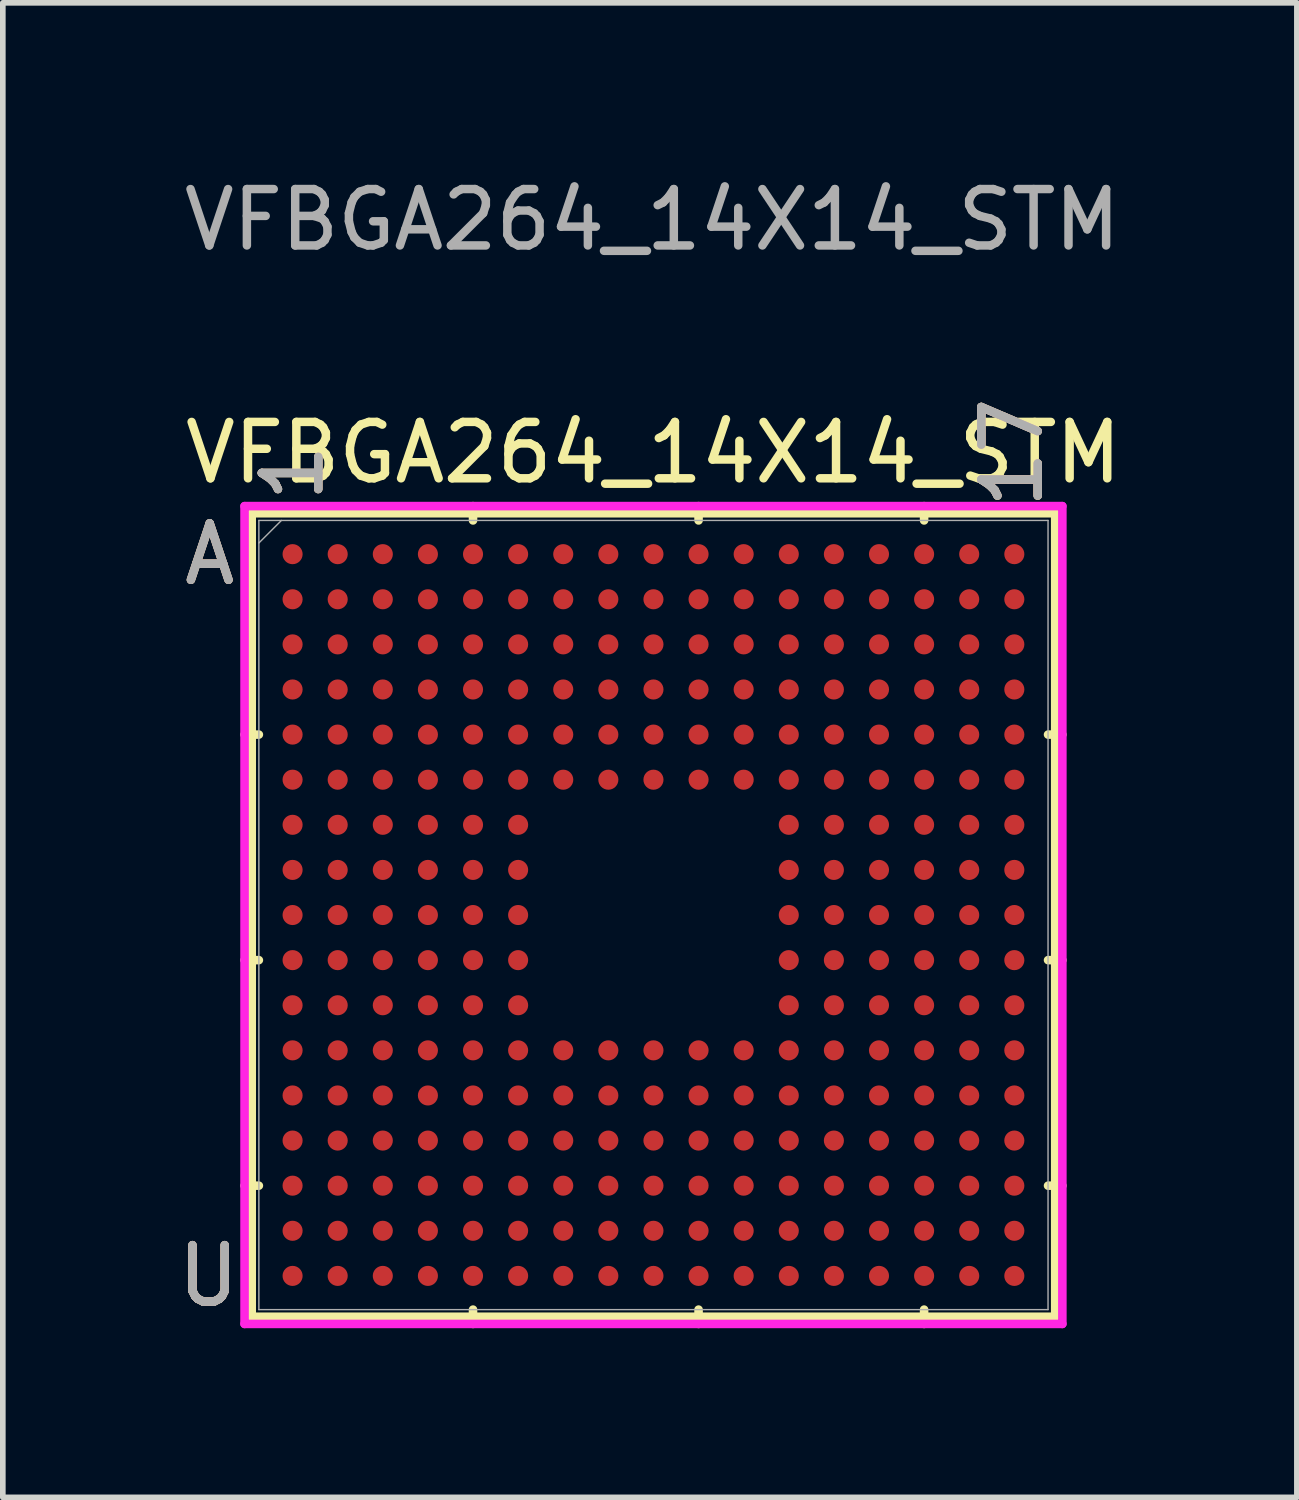
<source format=kicad_pcb>
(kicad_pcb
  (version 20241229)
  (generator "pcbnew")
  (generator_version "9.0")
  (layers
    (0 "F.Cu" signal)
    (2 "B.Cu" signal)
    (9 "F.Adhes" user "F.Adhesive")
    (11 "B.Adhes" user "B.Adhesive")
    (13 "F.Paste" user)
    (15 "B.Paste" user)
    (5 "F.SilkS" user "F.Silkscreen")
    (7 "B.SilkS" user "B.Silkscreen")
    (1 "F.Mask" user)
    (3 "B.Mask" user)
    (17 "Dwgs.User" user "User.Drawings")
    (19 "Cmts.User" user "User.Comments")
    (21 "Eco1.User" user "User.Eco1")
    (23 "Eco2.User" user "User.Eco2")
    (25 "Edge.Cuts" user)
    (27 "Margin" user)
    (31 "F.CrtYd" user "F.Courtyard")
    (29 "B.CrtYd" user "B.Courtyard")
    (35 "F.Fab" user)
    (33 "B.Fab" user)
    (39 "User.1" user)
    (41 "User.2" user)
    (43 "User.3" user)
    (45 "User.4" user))
  (footprint "VFBGA264_14X14_STM"
    (layer "F.Cu")
    (at 8.539 13.178)
    (property "Reference" "VFBGA264_14X14_STM" (at 0 -8.2 0) (unlocked yes) (layer "F.SilkS") (effects (font (size 1 1) (thickness 0.15))))
    (attr smd)
    (fp_line (start -7.125 -7.125) (end -7.125 7.125) (stroke (width 0.152) (type solid)) (layer "F.SilkS"))
    (fp_line (start -7.125 7.125) (end 7.125 7.125) (stroke (width 0.152) (type solid)) (layer "F.SilkS"))
    (fp_line (start -6.998 -3.2) (end -7.252 -3.2) (stroke (width 0.152) (type solid)) (layer "F.SilkS"))
    (fp_line (start -6.998 0.8) (end -7.252 0.8) (stroke (width 0.152) (type solid)) (layer "F.SilkS"))
    (fp_line (start -6.998 4.8) (end -7.252 4.8) (stroke (width 0.152) (type solid)) (layer "F.SilkS"))
    (fp_line (start -3.2 -6.998) (end -3.2 -7.252) (stroke (width 0.152) (type solid)) (layer "F.SilkS"))
    (fp_line (start -3.2 6.998) (end -3.2 7.252) (stroke (width 0.152) (type solid)) (layer "F.SilkS"))
    (fp_line (start 0.8 -6.998) (end 0.8 -7.252) (stroke (width 0.152) (type solid)) (layer "F.SilkS"))
    (fp_line (start 0.8 6.998) (end 0.8 7.252) (stroke (width 0.152) (type solid)) (layer "F.SilkS"))
    (fp_line (start 4.8 -6.998) (end 4.8 -7.252) (stroke (width 0.152) (type solid)) (layer "F.SilkS"))
    (fp_line (start 4.8 6.998) (end 4.8 7.252) (stroke (width 0.152) (type solid)) (layer "F.SilkS"))
    (fp_line (start 6.998 -3.2) (end 7.252 -3.2) (stroke (width 0.152) (type solid)) (layer "F.SilkS"))
    (fp_line (start 6.998 0.8) (end 7.252 0.8) (stroke (width 0.152) (type solid)) (layer "F.SilkS"))
    (fp_line (start 6.998 4.8) (end 7.252 4.8) (stroke (width 0.152) (type solid)) (layer "F.SilkS"))
    (fp_line (start 7.125 -7.125) (end -7.125 -7.125) (stroke (width 0.152) (type solid)) (layer "F.SilkS"))
    (fp_line (start 7.125 7.125) (end 7.125 -7.125) (stroke (width 0.152) (type solid)) (layer "F.SilkS"))
    (fp_line (start -7.252 -7.252) (end 7.252 -7.252) (stroke (width 0.152) (type solid)) (layer "F.CrtYd"))
    (fp_line (start -7.252 7.252) (end -7.252 -7.252) (stroke (width 0.152) (type solid)) (layer "F.CrtYd"))
    (fp_line (start 7.252 -7.252) (end 7.252 7.252) (stroke (width 0.152) (type solid)) (layer "F.CrtYd"))
    (fp_line (start 7.252 7.252) (end -7.252 7.252) (stroke (width 0.152) (type solid)) (layer "F.CrtYd"))
    (fp_line (start -6.998 -6.998) (end -6.998 6.998) (stroke (width 0.025) (type solid)) (layer "F.Fab"))
    (fp_line (start -6.998 6.998) (end 6.998 6.998) (stroke (width 0.025) (type solid)) (layer "F.Fab"))
    (fp_line (start -6.598 -6.998) (end -6.998 -6.598) (stroke (width 0.025) (type solid)) (layer "F.Fab"))
    (fp_line (start 6.998 -6.998) (end -6.998 -6.998) (stroke (width 0.025) (type solid)) (layer "F.Fab"))
    (fp_line (start 6.998 6.998) (end 6.998 -6.998) (stroke (width 0.025) (type solid)) (layer "F.Fab"))
    (fp_text user "U" (at -7.89 6.4 0) (unlocked yes) (layer "F.SilkS") (effects (font (size 1 1) (thickness 0.15))))
    (fp_text user "A" (at -7.87 -6.4 0) (unlocked yes) (layer "F.SilkS") (effects (font (size 1 1) (thickness 0.15))))
    (fp_text user "17" (at 6.36 -8.2 90) (unlocked yes) (layer "F.SilkS") (effects (font (size 1 1) (thickness 0.15))))
    (fp_text user "1" (at -6.4 -7.84 90) (unlocked yes) (layer "F.SilkS") (effects (font (size 1 1) (thickness 0.15))))
    (fp_text user "A" (at -7.87 -6.4 0) (unlocked yes) (layer "B.SilkS") (effects (font (size 1 1) (thickness 0.15))))
    (fp_text user "1" (at -6.4 -7.84 90) (unlocked yes) (layer "B.SilkS") (effects (font (size 1 1) (thickness 0.15))))
    (fp_text user "17" (at 6.36 -8.2 90) (unlocked yes) (layer "B.SilkS") (effects (font (size 1 1) (thickness 0.15))))
    (fp_text user "U" (at -7.89 6.4 0) (unlocked yes) (layer "B.SilkS") (effects (font (size 1 1) (thickness 0.15))))
    (fp_text user "1" (at -6.4 -7.84 90) (unlocked yes) (layer "F.Fab") (effects (font (size 1 1) (thickness 0.15))))
    (fp_text user "A" (at -7.87 -6.4 0) (unlocked yes) (layer "F.Fab") (effects (font (size 1 1) (thickness 0.15))))
    (fp_text user "${REFERENCE}" (at -0.02 -12.33 0) (unlocked yes) (layer "F.Fab") (effects (font (size 1 1) (thickness 0.15))))
    (fp_text user "U" (at -7.89 6.4 0) (unlocked yes) (layer "F.Fab") (effects (font (size 1 1) (thickness 0.15))))
    (fp_text user "17" (at 6.36 -8.2 90) (unlocked yes) (layer "F.Fab") (effects (font (size 1 1) (thickness 0.15))))
    (pad "A1" smd circle (at -6.4 -6.4) (size 0.356 0.356) (layers "F.Cu" "F.Mask" "F.Paste"))
    (pad "A2" smd circle (at -5.6 -6.4) (size 0.356 0.356) (layers "F.Cu" "F.Mask" "F.Paste"))
    (pad "A3" smd circle (at -4.8 -6.4) (size 0.356 0.356) (layers "F.Cu" "F.Mask" "F.Paste"))
    (pad "A4" smd circle (at -4 -6.4) (size 0.356 0.356) (layers "F.Cu" "F.Mask" "F.Paste"))
    (pad "A5" smd circle (at -3.2 -6.4) (size 0.356 0.356) (layers "F.Cu" "F.Mask" "F.Paste"))
    (pad "A6" smd circle (at -2.4 -6.4) (size 0.356 0.356) (layers "F.Cu" "F.Mask" "F.Paste"))
    (pad "A7" smd circle (at -1.6 -6.4) (size 0.356 0.356) (layers "F.Cu" "F.Mask" "F.Paste"))
    (pad "A8" smd circle (at -0.8 -6.4) (size 0.356 0.356) (layers "F.Cu" "F.Mask" "F.Paste"))
    (pad "A9" smd circle (at 0 -6.4) (size 0.356 0.356) (layers "F.Cu" "F.Mask" "F.Paste"))
    (pad "A10" smd circle (at 0.8 -6.4) (size 0.356 0.356) (layers "F.Cu" "F.Mask" "F.Paste"))
    (pad "A11" smd circle (at 1.6 -6.4) (size 0.356 0.356) (layers "F.Cu" "F.Mask" "F.Paste"))
    (pad "A12" smd circle (at 2.4 -6.4) (size 0.356 0.356) (layers "F.Cu" "F.Mask" "F.Paste"))
    (pad "A13" smd circle (at 3.2 -6.4) (size 0.356 0.356) (layers "F.Cu" "F.Mask" "F.Paste"))
    (pad "A14" smd circle (at 4 -6.4) (size 0.356 0.356) (layers "F.Cu" "F.Mask" "F.Paste"))
    (pad "A15" smd circle (at 4.8 -6.4) (size 0.356 0.356) (layers "F.Cu" "F.Mask" "F.Paste"))
    (pad "A16" smd circle (at 5.6 -6.4) (size 0.356 0.356) (layers "F.Cu" "F.Mask" "F.Paste"))
    (pad "A17" smd circle (at 6.4 -6.4) (size 0.356 0.356) (layers "F.Cu" "F.Mask" "F.Paste"))
    (pad "B1" smd circle (at -6.4 -5.6) (size 0.356 0.356) (layers "F.Cu" "F.Mask" "F.Paste"))
    (pad "B2" smd circle (at -5.6 -5.6) (size 0.356 0.356) (layers "F.Cu" "F.Mask" "F.Paste"))
    (pad "B3" smd circle (at -4.8 -5.6) (size 0.356 0.356) (layers "F.Cu" "F.Mask" "F.Paste"))
    (pad "B4" smd circle (at -4 -5.6) (size 0.356 0.356) (layers "F.Cu" "F.Mask" "F.Paste"))
    (pad "B5" smd circle (at -3.2 -5.6) (size 0.356 0.356) (layers "F.Cu" "F.Mask" "F.Paste"))
    (pad "B6" smd circle (at -2.4 -5.6) (size 0.356 0.356) (layers "F.Cu" "F.Mask" "F.Paste"))
    (pad "B7" smd circle (at -1.6 -5.6) (size 0.356 0.356) (layers "F.Cu" "F.Mask" "F.Paste"))
    (pad "B8" smd circle (at -0.8 -5.6) (size 0.356 0.356) (layers "F.Cu" "F.Mask" "F.Paste"))
    (pad "B9" smd circle (at 0 -5.6) (size 0.356 0.356) (layers "F.Cu" "F.Mask" "F.Paste"))
    (pad "B10" smd circle (at 0.8 -5.6) (size 0.356 0.356) (layers "F.Cu" "F.Mask" "F.Paste"))
    (pad "B11" smd circle (at 1.6 -5.6) (size 0.356 0.356) (layers "F.Cu" "F.Mask" "F.Paste"))
    (pad "B12" smd circle (at 2.4 -5.6) (size 0.356 0.356) (layers "F.Cu" "F.Mask" "F.Paste"))
    (pad "B13" smd circle (at 3.2 -5.6) (size 0.356 0.356) (layers "F.Cu" "F.Mask" "F.Paste"))
    (pad "B14" smd circle (at 4 -5.6) (size 0.356 0.356) (layers "F.Cu" "F.Mask" "F.Paste"))
    (pad "B15" smd circle (at 4.8 -5.6) (size 0.356 0.356) (layers "F.Cu" "F.Mask" "F.Paste"))
    (pad "B16" smd circle (at 5.6 -5.6) (size 0.356 0.356) (layers "F.Cu" "F.Mask" "F.Paste"))
    (pad "B17" smd circle (at 6.4 -5.6) (size 0.356 0.356) (layers "F.Cu" "F.Mask" "F.Paste"))
    (pad "C1" smd circle (at -6.4 -4.8) (size 0.356 0.356) (layers "F.Cu" "F.Mask" "F.Paste"))
    (pad "C2" smd circle (at -5.6 -4.8) (size 0.356 0.356) (layers "F.Cu" "F.Mask" "F.Paste"))
    (pad "C3" smd circle (at -4.8 -4.8) (size 0.356 0.356) (layers "F.Cu" "F.Mask" "F.Paste"))
    (pad "C4" smd circle (at -4 -4.8) (size 0.356 0.356) (layers "F.Cu" "F.Mask" "F.Paste"))
    (pad "C5" smd circle (at -3.2 -4.8) (size 0.356 0.356) (layers "F.Cu" "F.Mask" "F.Paste"))
    (pad "C6" smd circle (at -2.4 -4.8) (size 0.356 0.356) (layers "F.Cu" "F.Mask" "F.Paste"))
    (pad "C7" smd circle (at -1.6 -4.8) (size 0.356 0.356) (layers "F.Cu" "F.Mask" "F.Paste"))
    (pad "C8" smd circle (at -0.8 -4.8) (size 0.356 0.356) (layers "F.Cu" "F.Mask" "F.Paste"))
    (pad "C9" smd circle (at 0 -4.8) (size 0.356 0.356) (layers "F.Cu" "F.Mask" "F.Paste"))
    (pad "C10" smd circle (at 0.8 -4.8) (size 0.356 0.356) (layers "F.Cu" "F.Mask" "F.Paste"))
    (pad "C11" smd circle (at 1.6 -4.8) (size 0.356 0.356) (layers "F.Cu" "F.Mask" "F.Paste"))
    (pad "C12" smd circle (at 2.4 -4.8) (size 0.356 0.356) (layers "F.Cu" "F.Mask" "F.Paste"))
    (pad "C13" smd circle (at 3.2 -4.8) (size 0.356 0.356) (layers "F.Cu" "F.Mask" "F.Paste"))
    (pad "C14" smd circle (at 4 -4.8) (size 0.356 0.356) (layers "F.Cu" "F.Mask" "F.Paste"))
    (pad "C15" smd circle (at 4.8 -4.8) (size 0.356 0.356) (layers "F.Cu" "F.Mask" "F.Paste"))
    (pad "C16" smd circle (at 5.6 -4.8) (size 0.356 0.356) (layers "F.Cu" "F.Mask" "F.Paste"))
    (pad "C17" smd circle (at 6.4 -4.8) (size 0.356 0.356) (layers "F.Cu" "F.Mask" "F.Paste"))
    (pad "D1" smd circle (at -6.4 -4) (size 0.356 0.356) (layers "F.Cu" "F.Mask" "F.Paste"))
    (pad "D2" smd circle (at -5.6 -4) (size 0.356 0.356) (layers "F.Cu" "F.Mask" "F.Paste"))
    (pad "D3" smd circle (at -4.8 -4) (size 0.356 0.356) (layers "F.Cu" "F.Mask" "F.Paste"))
    (pad "D4" smd circle (at -4 -4) (size 0.356 0.356) (layers "F.Cu" "F.Mask" "F.Paste"))
    (pad "D5" smd circle (at -3.2 -4) (size 0.356 0.356) (layers "F.Cu" "F.Mask" "F.Paste"))
    (pad "D6" smd circle (at -2.4 -4) (size 0.356 0.356) (layers "F.Cu" "F.Mask" "F.Paste"))
    (pad "D7" smd circle (at -1.6 -4) (size 0.356 0.356) (layers "F.Cu" "F.Mask" "F.Paste"))
    (pad "D8" smd circle (at -0.8 -4) (size 0.356 0.356) (layers "F.Cu" "F.Mask" "F.Paste"))
    (pad "D9" smd circle (at 0 -4) (size 0.356 0.356) (layers "F.Cu" "F.Mask" "F.Paste"))
    (pad "D10" smd circle (at 0.8 -4) (size 0.356 0.356) (layers "F.Cu" "F.Mask" "F.Paste"))
    (pad "D11" smd circle (at 1.6 -4) (size 0.356 0.356) (layers "F.Cu" "F.Mask" "F.Paste"))
    (pad "D12" smd circle (at 2.4 -4) (size 0.356 0.356) (layers "F.Cu" "F.Mask" "F.Paste"))
    (pad "D13" smd circle (at 3.2 -4) (size 0.356 0.356) (layers "F.Cu" "F.Mask" "F.Paste"))
    (pad "D14" smd circle (at 4 -4) (size 0.356 0.356) (layers "F.Cu" "F.Mask" "F.Paste"))
    (pad "D15" smd circle (at 4.8 -4) (size 0.356 0.356) (layers "F.Cu" "F.Mask" "F.Paste"))
    (pad "D16" smd circle (at 5.6 -4) (size 0.356 0.356) (layers "F.Cu" "F.Mask" "F.Paste"))
    (pad "D17" smd circle (at 6.4 -4) (size 0.356 0.356) (layers "F.Cu" "F.Mask" "F.Paste"))
    (pad "E1" smd circle (at -6.4 -3.2) (size 0.356 0.356) (layers "F.Cu" "F.Mask" "F.Paste"))
    (pad "E2" smd circle (at -5.6 -3.2) (size 0.356 0.356) (layers "F.Cu" "F.Mask" "F.Paste"))
    (pad "E3" smd circle (at -4.8 -3.2) (size 0.356 0.356) (layers "F.Cu" "F.Mask" "F.Paste"))
    (pad "E4" smd circle (at -4 -3.2) (size 0.356 0.356) (layers "F.Cu" "F.Mask" "F.Paste"))
    (pad "E5" smd circle (at -3.2 -3.2) (size 0.356 0.356) (layers "F.Cu" "F.Mask" "F.Paste"))
    (pad "E6" smd circle (at -2.4 -3.2) (size 0.356 0.356) (layers "F.Cu" "F.Mask" "F.Paste"))
    (pad "E7" smd circle (at -1.6 -3.2) (size 0.356 0.356) (layers "F.Cu" "F.Mask" "F.Paste"))
    (pad "E8" smd circle (at -0.8 -3.2) (size 0.356 0.356) (layers "F.Cu" "F.Mask" "F.Paste"))
    (pad "E9" smd circle (at 0 -3.2) (size 0.356 0.356) (layers "F.Cu" "F.Mask" "F.Paste"))
    (pad "E10" smd circle (at 0.8 -3.2) (size 0.356 0.356) (layers "F.Cu" "F.Mask" "F.Paste"))
    (pad "E11" smd circle (at 1.6 -3.2) (size 0.356 0.356) (layers "F.Cu" "F.Mask" "F.Paste"))
    (pad "E12" smd circle (at 2.4 -3.2) (size 0.356 0.356) (layers "F.Cu" "F.Mask" "F.Paste"))
    (pad "E13" smd circle (at 3.2 -3.2) (size 0.356 0.356) (layers "F.Cu" "F.Mask" "F.Paste"))
    (pad "E14" smd circle (at 4 -3.2) (size 0.356 0.356) (layers "F.Cu" "F.Mask" "F.Paste"))
    (pad "E15" smd circle (at 4.8 -3.2) (size 0.356 0.356) (layers "F.Cu" "F.Mask" "F.Paste"))
    (pad "E16" smd circle (at 5.6 -3.2) (size 0.356 0.356) (layers "F.Cu" "F.Mask" "F.Paste"))
    (pad "E17" smd circle (at 6.4 -3.2) (size 0.356 0.356) (layers "F.Cu" "F.Mask" "F.Paste"))
    (pad "F1" smd circle (at -6.4 -2.4) (size 0.356 0.356) (layers "F.Cu" "F.Mask" "F.Paste"))
    (pad "F2" smd circle (at -5.6 -2.4) (size 0.356 0.356) (layers "F.Cu" "F.Mask" "F.Paste"))
    (pad "F3" smd circle (at -4.8 -2.4) (size 0.356 0.356) (layers "F.Cu" "F.Mask" "F.Paste"))
    (pad "F4" smd circle (at -4 -2.4) (size 0.356 0.356) (layers "F.Cu" "F.Mask" "F.Paste"))
    (pad "F5" smd circle (at -3.2 -2.4) (size 0.356 0.356) (layers "F.Cu" "F.Mask" "F.Paste"))
    (pad "F6" smd circle (at -2.4 -2.4) (size 0.356 0.356) (layers "F.Cu" "F.Mask" "F.Paste"))
    (pad "F7" smd circle (at -1.6 -2.4) (size 0.356 0.356) (layers "F.Cu" "F.Mask" "F.Paste"))
    (pad "F8" smd circle (at -0.8 -2.4) (size 0.356 0.356) (layers "F.Cu" "F.Mask" "F.Paste"))
    (pad "F9" smd circle (at 0 -2.4) (size 0.356 0.356) (layers "F.Cu" "F.Mask" "F.Paste"))
    (pad "F10" smd circle (at 0.8 -2.4) (size 0.356 0.356) (layers "F.Cu" "F.Mask" "F.Paste"))
    (pad "F11" smd circle (at 1.6 -2.4) (size 0.356 0.356) (layers "F.Cu" "F.Mask" "F.Paste"))
    (pad "F12" smd circle (at 2.4 -2.4) (size 0.356 0.356) (layers "F.Cu" "F.Mask" "F.Paste"))
    (pad "F13" smd circle (at 3.2 -2.4) (size 0.356 0.356) (layers "F.Cu" "F.Mask" "F.Paste"))
    (pad "F14" smd circle (at 4 -2.4) (size 0.356 0.356) (layers "F.Cu" "F.Mask" "F.Paste"))
    (pad "F15" smd circle (at 4.8 -2.4) (size 0.356 0.356) (layers "F.Cu" "F.Mask" "F.Paste"))
    (pad "F16" smd circle (at 5.6 -2.4) (size 0.356 0.356) (layers "F.Cu" "F.Mask" "F.Paste"))
    (pad "F17" smd circle (at 6.4 -2.4) (size 0.356 0.356) (layers "F.Cu" "F.Mask" "F.Paste"))
    (pad "G1" smd circle (at -6.4 -1.6) (size 0.356 0.356) (layers "F.Cu" "F.Mask" "F.Paste"))
    (pad "G2" smd circle (at -5.6 -1.6) (size 0.356 0.356) (layers "F.Cu" "F.Mask" "F.Paste"))
    (pad "G3" smd circle (at -4.8 -1.6) (size 0.356 0.356) (layers "F.Cu" "F.Mask" "F.Paste"))
    (pad "G4" smd circle (at -4 -1.6) (size 0.356 0.356) (layers "F.Cu" "F.Mask" "F.Paste"))
    (pad "G5" smd circle (at -3.2 -1.6) (size 0.356 0.356) (layers "F.Cu" "F.Mask" "F.Paste"))
    (pad "G6" smd circle (at -2.4 -1.6) (size 0.356 0.356) (layers "F.Cu" "F.Mask" "F.Paste"))
    (pad "G12" smd circle (at 2.4 -1.6) (size 0.356 0.356) (layers "F.Cu" "F.Mask" "F.Paste"))
    (pad "G13" smd circle (at 3.2 -1.6) (size 0.356 0.356) (layers "F.Cu" "F.Mask" "F.Paste"))
    (pad "G14" smd circle (at 4 -1.6) (size 0.356 0.356) (layers "F.Cu" "F.Mask" "F.Paste"))
    (pad "G15" smd circle (at 4.8 -1.6) (size 0.356 0.356) (layers "F.Cu" "F.Mask" "F.Paste"))
    (pad "G16" smd circle (at 5.6 -1.6) (size 0.356 0.356) (layers "F.Cu" "F.Mask" "F.Paste"))
    (pad "G17" smd circle (at 6.4 -1.6) (size 0.356 0.356) (layers "F.Cu" "F.Mask" "F.Paste"))
    (pad "H1" smd circle (at -6.4 -0.8) (size 0.356 0.356) (layers "F.Cu" "F.Mask" "F.Paste"))
    (pad "H2" smd circle (at -5.6 -0.8) (size 0.356 0.356) (layers "F.Cu" "F.Mask" "F.Paste"))
    (pad "H3" smd circle (at -4.8 -0.8) (size 0.356 0.356) (layers "F.Cu" "F.Mask" "F.Paste"))
    (pad "H4" smd circle (at -4 -0.8) (size 0.356 0.356) (layers "F.Cu" "F.Mask" "F.Paste"))
    (pad "H5" smd circle (at -3.2 -0.8) (size 0.356 0.356) (layers "F.Cu" "F.Mask" "F.Paste"))
    (pad "H6" smd circle (at -2.4 -0.8) (size 0.356 0.356) (layers "F.Cu" "F.Mask" "F.Paste"))
    (pad "H12" smd circle (at 2.4 -0.8) (size 0.356 0.356) (layers "F.Cu" "F.Mask" "F.Paste"))
    (pad "H13" smd circle (at 3.2 -0.8) (size 0.356 0.356) (layers "F.Cu" "F.Mask" "F.Paste"))
    (pad "H14" smd circle (at 4 -0.8) (size 0.356 0.356) (layers "F.Cu" "F.Mask" "F.Paste"))
    (pad "H15" smd circle (at 4.8 -0.8) (size 0.356 0.356) (layers "F.Cu" "F.Mask" "F.Paste"))
    (pad "H16" smd circle (at 5.6 -0.8) (size 0.356 0.356) (layers "F.Cu" "F.Mask" "F.Paste"))
    (pad "H17" smd circle (at 6.4 -0.8) (size 0.356 0.356) (layers "F.Cu" "F.Mask" "F.Paste"))
    (pad "J1" smd circle (at -6.4 0) (size 0.356 0.356) (layers "F.Cu" "F.Mask" "F.Paste"))
    (pad "J2" smd circle (at -5.6 0) (size 0.356 0.356) (layers "F.Cu" "F.Mask" "F.Paste"))
    (pad "J3" smd circle (at -4.8 0) (size 0.356 0.356) (layers "F.Cu" "F.Mask" "F.Paste"))
    (pad "J4" smd circle (at -4 0) (size 0.356 0.356) (layers "F.Cu" "F.Mask" "F.Paste"))
    (pad "J5" smd circle (at -3.2 0) (size 0.356 0.356) (layers "F.Cu" "F.Mask" "F.Paste"))
    (pad "J6" smd circle (at -2.4 0) (size 0.356 0.356) (layers "F.Cu" "F.Mask" "F.Paste"))
    (pad "J12" smd circle (at 2.4 0) (size 0.356 0.356) (layers "F.Cu" "F.Mask" "F.Paste"))
    (pad "J13" smd circle (at 3.2 0) (size 0.356 0.356) (layers "F.Cu" "F.Mask" "F.Paste"))
    (pad "J14" smd circle (at 4 0) (size 0.356 0.356) (layers "F.Cu" "F.Mask" "F.Paste"))
    (pad "J15" smd circle (at 4.8 0) (size 0.356 0.356) (layers "F.Cu" "F.Mask" "F.Paste"))
    (pad "J16" smd circle (at 5.6 0) (size 0.356 0.356) (layers "F.Cu" "F.Mask" "F.Paste"))
    (pad "J17" smd circle (at 6.4 0) (size 0.356 0.356) (layers "F.Cu" "F.Mask" "F.Paste"))
    (pad "K1" smd circle (at -6.4 0.8) (size 0.356 0.356) (layers "F.Cu" "F.Mask" "F.Paste"))
    (pad "K2" smd circle (at -5.6 0.8) (size 0.356 0.356) (layers "F.Cu" "F.Mask" "F.Paste"))
    (pad "K3" smd circle (at -4.8 0.8) (size 0.356 0.356) (layers "F.Cu" "F.Mask" "F.Paste"))
    (pad "K4" smd circle (at -4 0.8) (size 0.356 0.356) (layers "F.Cu" "F.Mask" "F.Paste"))
    (pad "K5" smd circle (at -3.2 0.8) (size 0.356 0.356) (layers "F.Cu" "F.Mask" "F.Paste"))
    (pad "K6" smd circle (at -2.4 0.8) (size 0.356 0.356) (layers "F.Cu" "F.Mask" "F.Paste"))
    (pad "K12" smd circle (at 2.4 0.8) (size 0.356 0.356) (layers "F.Cu" "F.Mask" "F.Paste"))
    (pad "K13" smd circle (at 3.2 0.8) (size 0.356 0.356) (layers "F.Cu" "F.Mask" "F.Paste"))
    (pad "K14" smd circle (at 4 0.8) (size 0.356 0.356) (layers "F.Cu" "F.Mask" "F.Paste"))
    (pad "K15" smd circle (at 4.8 0.8) (size 0.356 0.356) (layers "F.Cu" "F.Mask" "F.Paste"))
    (pad "K16" smd circle (at 5.6 0.8) (size 0.356 0.356) (layers "F.Cu" "F.Mask" "F.Paste"))
    (pad "K17" smd circle (at 6.4 0.8) (size 0.356 0.356) (layers "F.Cu" "F.Mask" "F.Paste"))
    (pad "L1" smd circle (at -6.4 1.6) (size 0.356 0.356) (layers "F.Cu" "F.Mask" "F.Paste"))
    (pad "L2" smd circle (at -5.6 1.6) (size 0.356 0.356) (layers "F.Cu" "F.Mask" "F.Paste"))
    (pad "L3" smd circle (at -4.8 1.6) (size 0.356 0.356) (layers "F.Cu" "F.Mask" "F.Paste"))
    (pad "L4" smd circle (at -4 1.6) (size 0.356 0.356) (layers "F.Cu" "F.Mask" "F.Paste"))
    (pad "L5" smd circle (at -3.2 1.6) (size 0.356 0.356) (layers "F.Cu" "F.Mask" "F.Paste"))
    (pad "L6" smd circle (at -2.4 1.6) (size 0.356 0.356) (layers "F.Cu" "F.Mask" "F.Paste"))
    (pad "L12" smd circle (at 2.4 1.6) (size 0.356 0.356) (layers "F.Cu" "F.Mask" "F.Paste"))
    (pad "L13" smd circle (at 3.2 1.6) (size 0.356 0.356) (layers "F.Cu" "F.Mask" "F.Paste"))
    (pad "L14" smd circle (at 4 1.6) (size 0.356 0.356) (layers "F.Cu" "F.Mask" "F.Paste"))
    (pad "L15" smd circle (at 4.8 1.6) (size 0.356 0.356) (layers "F.Cu" "F.Mask" "F.Paste"))
    (pad "L16" smd circle (at 5.6 1.6) (size 0.356 0.356) (layers "F.Cu" "F.Mask" "F.Paste"))
    (pad "L17" smd circle (at 6.4 1.6) (size 0.356 0.356) (layers "F.Cu" "F.Mask" "F.Paste"))
    (pad "M1" smd circle (at -6.4 2.4) (size 0.356 0.356) (layers "F.Cu" "F.Mask" "F.Paste"))
    (pad "M2" smd circle (at -5.6 2.4) (size 0.356 0.356) (layers "F.Cu" "F.Mask" "F.Paste"))
    (pad "M3" smd circle (at -4.8 2.4) (size 0.356 0.356) (layers "F.Cu" "F.Mask" "F.Paste"))
    (pad "M4" smd circle (at -4 2.4) (size 0.356 0.356) (layers "F.Cu" "F.Mask" "F.Paste"))
    (pad "M5" smd circle (at -3.2 2.4) (size 0.356 0.356) (layers "F.Cu" "F.Mask" "F.Paste"))
    (pad "M6" smd circle (at -2.4 2.4) (size 0.356 0.356) (layers "F.Cu" "F.Mask" "F.Paste"))
    (pad "M7" smd circle (at -1.6 2.4) (size 0.356 0.356) (layers "F.Cu" "F.Mask" "F.Paste"))
    (pad "M8" smd circle (at -0.8 2.4) (size 0.356 0.356) (layers "F.Cu" "F.Mask" "F.Paste"))
    (pad "M9" smd circle (at 0 2.4) (size 0.356 0.356) (layers "F.Cu" "F.Mask" "F.Paste"))
    (pad "M10" smd circle (at 0.8 2.4) (size 0.356 0.356) (layers "F.Cu" "F.Mask" "F.Paste"))
    (pad "M11" smd circle (at 1.6 2.4) (size 0.356 0.356) (layers "F.Cu" "F.Mask" "F.Paste"))
    (pad "M12" smd circle (at 2.4 2.4) (size 0.356 0.356) (layers "F.Cu" "F.Mask" "F.Paste"))
    (pad "M13" smd circle (at 3.2 2.4) (size 0.356 0.356) (layers "F.Cu" "F.Mask" "F.Paste"))
    (pad "M14" smd circle (at 4 2.4) (size 0.356 0.356) (layers "F.Cu" "F.Mask" "F.Paste"))
    (pad "M15" smd circle (at 4.8 2.4) (size 0.356 0.356) (layers "F.Cu" "F.Mask" "F.Paste"))
    (pad "M16" smd circle (at 5.6 2.4) (size 0.356 0.356) (layers "F.Cu" "F.Mask" "F.Paste"))
    (pad "M17" smd circle (at 6.4 2.4) (size 0.356 0.356) (layers "F.Cu" "F.Mask" "F.Paste"))
    (pad "N1" smd circle (at -6.4 3.2) (size 0.356 0.356) (layers "F.Cu" "F.Mask" "F.Paste"))
    (pad "N2" smd circle (at -5.6 3.2) (size 0.356 0.356) (layers "F.Cu" "F.Mask" "F.Paste"))
    (pad "N3" smd circle (at -4.8 3.2) (size 0.356 0.356) (layers "F.Cu" "F.Mask" "F.Paste"))
    (pad "N4" smd circle (at -4 3.2) (size 0.356 0.356) (layers "F.Cu" "F.Mask" "F.Paste"))
    (pad "N5" smd circle (at -3.2 3.2) (size 0.356 0.356) (layers "F.Cu" "F.Mask" "F.Paste"))
    (pad "N6" smd circle (at -2.4 3.2) (size 0.356 0.356) (layers "F.Cu" "F.Mask" "F.Paste"))
    (pad "N7" smd circle (at -1.6 3.2) (size 0.356 0.356) (layers "F.Cu" "F.Mask" "F.Paste"))
    (pad "N8" smd circle (at -0.8 3.2) (size 0.356 0.356) (layers "F.Cu" "F.Mask" "F.Paste"))
    (pad "N9" smd circle (at 0 3.2) (size 0.356 0.356) (layers "F.Cu" "F.Mask" "F.Paste"))
    (pad "N10" smd circle (at 0.8 3.2) (size 0.356 0.356) (layers "F.Cu" "F.Mask" "F.Paste"))
    (pad "N11" smd circle (at 1.6 3.2) (size 0.356 0.356) (layers "F.Cu" "F.Mask" "F.Paste"))
    (pad "N12" smd circle (at 2.4 3.2) (size 0.356 0.356) (layers "F.Cu" "F.Mask" "F.Paste"))
    (pad "N13" smd circle (at 3.2 3.2) (size 0.356 0.356) (layers "F.Cu" "F.Mask" "F.Paste"))
    (pad "N14" smd circle (at 4 3.2) (size 0.356 0.356) (layers "F.Cu" "F.Mask" "F.Paste"))
    (pad "N15" smd circle (at 4.8 3.2) (size 0.356 0.356) (layers "F.Cu" "F.Mask" "F.Paste"))
    (pad "N16" smd circle (at 5.6 3.2) (size 0.356 0.356) (layers "F.Cu" "F.Mask" "F.Paste"))
    (pad "N17" smd circle (at 6.4 3.2) (size 0.356 0.356) (layers "F.Cu" "F.Mask" "F.Paste"))
    (pad "P1" smd circle (at -6.4 4) (size 0.356 0.356) (layers "F.Cu" "F.Mask" "F.Paste"))
    (pad "P2" smd circle (at -5.6 4) (size 0.356 0.356) (layers "F.Cu" "F.Mask" "F.Paste"))
    (pad "P3" smd circle (at -4.8 4) (size 0.356 0.356) (layers "F.Cu" "F.Mask" "F.Paste"))
    (pad "P4" smd circle (at -4 4) (size 0.356 0.356) (layers "F.Cu" "F.Mask" "F.Paste"))
    (pad "P5" smd circle (at -3.2 4) (size 0.356 0.356) (layers "F.Cu" "F.Mask" "F.Paste"))
    (pad "P6" smd circle (at -2.4 4) (size 0.356 0.356) (layers "F.Cu" "F.Mask" "F.Paste"))
    (pad "P7" smd circle (at -1.6 4) (size 0.356 0.356) (layers "F.Cu" "F.Mask" "F.Paste"))
    (pad "P8" smd circle (at -0.8 4) (size 0.356 0.356) (layers "F.Cu" "F.Mask" "F.Paste"))
    (pad "P9" smd circle (at 0 4) (size 0.356 0.356) (layers "F.Cu" "F.Mask" "F.Paste"))
    (pad "P10" smd circle (at 0.8 4) (size 0.356 0.356) (layers "F.Cu" "F.Mask" "F.Paste"))
    (pad "P11" smd circle (at 1.6 4) (size 0.356 0.356) (layers "F.Cu" "F.Mask" "F.Paste"))
    (pad "P12" smd circle (at 2.4 4) (size 0.356 0.356) (layers "F.Cu" "F.Mask" "F.Paste"))
    (pad "P13" smd circle (at 3.2 4) (size 0.356 0.356) (layers "F.Cu" "F.Mask" "F.Paste"))
    (pad "P14" smd circle (at 4 4) (size 0.356 0.356) (layers "F.Cu" "F.Mask" "F.Paste"))
    (pad "P15" smd circle (at 4.8 4) (size 0.356 0.356) (layers "F.Cu" "F.Mask" "F.Paste"))
    (pad "P16" smd circle (at 5.6 4) (size 0.356 0.356) (layers "F.Cu" "F.Mask" "F.Paste"))
    (pad "P17" smd circle (at 6.4 4) (size 0.356 0.356) (layers "F.Cu" "F.Mask" "F.Paste"))
    (pad "R1" smd circle (at -6.4 4.8) (size 0.356 0.356) (layers "F.Cu" "F.Mask" "F.Paste"))
    (pad "R2" smd circle (at -5.6 4.8) (size 0.356 0.356) (layers "F.Cu" "F.Mask" "F.Paste"))
    (pad "R3" smd circle (at -4.8 4.8) (size 0.356 0.356) (layers "F.Cu" "F.Mask" "F.Paste"))
    (pad "R4" smd circle (at -4 4.8) (size 0.356 0.356) (layers "F.Cu" "F.Mask" "F.Paste"))
    (pad "R5" smd circle (at -3.2 4.8) (size 0.356 0.356) (layers "F.Cu" "F.Mask" "F.Paste"))
    (pad "R6" smd circle (at -2.4 4.8) (size 0.356 0.356) (layers "F.Cu" "F.Mask" "F.Paste"))
    (pad "R7" smd circle (at -1.6 4.8) (size 0.356 0.356) (layers "F.Cu" "F.Mask" "F.Paste"))
    (pad "R8" smd circle (at -0.8 4.8) (size 0.356 0.356) (layers "F.Cu" "F.Mask" "F.Paste"))
    (pad "R9" smd circle (at 0 4.8) (size 0.356 0.356) (layers "F.Cu" "F.Mask" "F.Paste"))
    (pad "R10" smd circle (at 0.8 4.8) (size 0.356 0.356) (layers "F.Cu" "F.Mask" "F.Paste"))
    (pad "R11" smd circle (at 1.6 4.8) (size 0.356 0.356) (layers "F.Cu" "F.Mask" "F.Paste"))
    (pad "R12" smd circle (at 2.4 4.8) (size 0.356 0.356) (layers "F.Cu" "F.Mask" "F.Paste"))
    (pad "R13" smd circle (at 3.2 4.8) (size 0.356 0.356) (layers "F.Cu" "F.Mask" "F.Paste"))
    (pad "R14" smd circle (at 4 4.8) (size 0.356 0.356) (layers "F.Cu" "F.Mask" "F.Paste"))
    (pad "R15" smd circle (at 4.8 4.8) (size 0.356 0.356) (layers "F.Cu" "F.Mask" "F.Paste"))
    (pad "R16" smd circle (at 5.6 4.8) (size 0.356 0.356) (layers "F.Cu" "F.Mask" "F.Paste"))
    (pad "R17" smd circle (at 6.4 4.8) (size 0.356 0.356) (layers "F.Cu" "F.Mask" "F.Paste"))
    (pad "T1" smd circle (at -6.4 5.6) (size 0.356 0.356) (layers "F.Cu" "F.Mask" "F.Paste"))
    (pad "T2" smd circle (at -5.6 5.6) (size 0.356 0.356) (layers "F.Cu" "F.Mask" "F.Paste"))
    (pad "T3" smd circle (at -4.8 5.6) (size 0.356 0.356) (layers "F.Cu" "F.Mask" "F.Paste"))
    (pad "T4" smd circle (at -4 5.6) (size 0.356 0.356) (layers "F.Cu" "F.Mask" "F.Paste"))
    (pad "T5" smd circle (at -3.2 5.6) (size 0.356 0.356) (layers "F.Cu" "F.Mask" "F.Paste"))
    (pad "T6" smd circle (at -2.4 5.6) (size 0.356 0.356) (layers "F.Cu" "F.Mask" "F.Paste"))
    (pad "T7" smd circle (at -1.6 5.6) (size 0.356 0.356) (layers "F.Cu" "F.Mask" "F.Paste"))
    (pad "T8" smd circle (at -0.8 5.6) (size 0.356 0.356) (layers "F.Cu" "F.Mask" "F.Paste"))
    (pad "T9" smd circle (at 0 5.6) (size 0.356 0.356) (layers "F.Cu" "F.Mask" "F.Paste"))
    (pad "T10" smd circle (at 0.8 5.6) (size 0.356 0.356) (layers "F.Cu" "F.Mask" "F.Paste"))
    (pad "T11" smd circle (at 1.6 5.6) (size 0.356 0.356) (layers "F.Cu" "F.Mask" "F.Paste"))
    (pad "T12" smd circle (at 2.4 5.6) (size 0.356 0.356) (layers "F.Cu" "F.Mask" "F.Paste"))
    (pad "T13" smd circle (at 3.2 5.6) (size 0.356 0.356) (layers "F.Cu" "F.Mask" "F.Paste"))
    (pad "T14" smd circle (at 4 5.6) (size 0.356 0.356) (layers "F.Cu" "F.Mask" "F.Paste"))
    (pad "T15" smd circle (at 4.8 5.6) (size 0.356 0.356) (layers "F.Cu" "F.Mask" "F.Paste"))
    (pad "T16" smd circle (at 5.6 5.6) (size 0.356 0.356) (layers "F.Cu" "F.Mask" "F.Paste"))
    (pad "T17" smd circle (at 6.4 5.6) (size 0.356 0.356) (layers "F.Cu" "F.Mask" "F.Paste"))
    (pad "U1" smd circle (at -6.4 6.4) (size 0.356 0.356) (layers "F.Cu" "F.Mask" "F.Paste"))
    (pad "U2" smd circle (at -5.6 6.4) (size 0.356 0.356) (layers "F.Cu" "F.Mask" "F.Paste"))
    (pad "U3" smd circle (at -4.8 6.4) (size 0.356 0.356) (layers "F.Cu" "F.Mask" "F.Paste"))
    (pad "U4" smd circle (at -4 6.4) (size 0.356 0.356) (layers "F.Cu" "F.Mask" "F.Paste"))
    (pad "U5" smd circle (at -3.2 6.4) (size 0.356 0.356) (layers "F.Cu" "F.Mask" "F.Paste"))
    (pad "U6" smd circle (at -2.4 6.4) (size 0.356 0.356) (layers "F.Cu" "F.Mask" "F.Paste"))
    (pad "U7" smd circle (at -1.6 6.4) (size 0.356 0.356) (layers "F.Cu" "F.Mask" "F.Paste"))
    (pad "U8" smd circle (at -0.8 6.4) (size 0.356 0.356) (layers "F.Cu" "F.Mask" "F.Paste"))
    (pad "U9" smd circle (at 0 6.4) (size 0.356 0.356) (layers "F.Cu" "F.Mask" "F.Paste"))
    (pad "U10" smd circle (at 0.8 6.4) (size 0.356 0.356) (layers "F.Cu" "F.Mask" "F.Paste"))
    (pad "U11" smd circle (at 1.6 6.4) (size 0.356 0.356) (layers "F.Cu" "F.Mask" "F.Paste"))
    (pad "U12" smd circle (at 2.4 6.4) (size 0.356 0.356) (layers "F.Cu" "F.Mask" "F.Paste"))
    (pad "U13" smd circle (at 3.2 6.4) (size 0.356 0.356) (layers "F.Cu" "F.Mask" "F.Paste"))
    (pad "U14" smd circle (at 4 6.4) (size 0.356 0.356) (layers "F.Cu" "F.Mask" "F.Paste"))
    (pad "U15" smd circle (at 4.8 6.4) (size 0.356 0.356) (layers "F.Cu" "F.Mask" "F.Paste"))
    (pad "U16" smd circle (at 5.6 6.4) (size 0.356 0.356) (layers "F.Cu" "F.Mask" "F.Paste"))
    (pad "U17" smd circle (at 6.4 6.4) (size 0.356 0.356) (layers "F.Cu" "F.Mask" "F.Paste")))
  (gr_rect
    (start -3 -3)
    (end 19.95 23.506)
    (stroke (width 0.1) (type default))
    (fill no)
    (layer "Edge.Cuts")))
</source>
